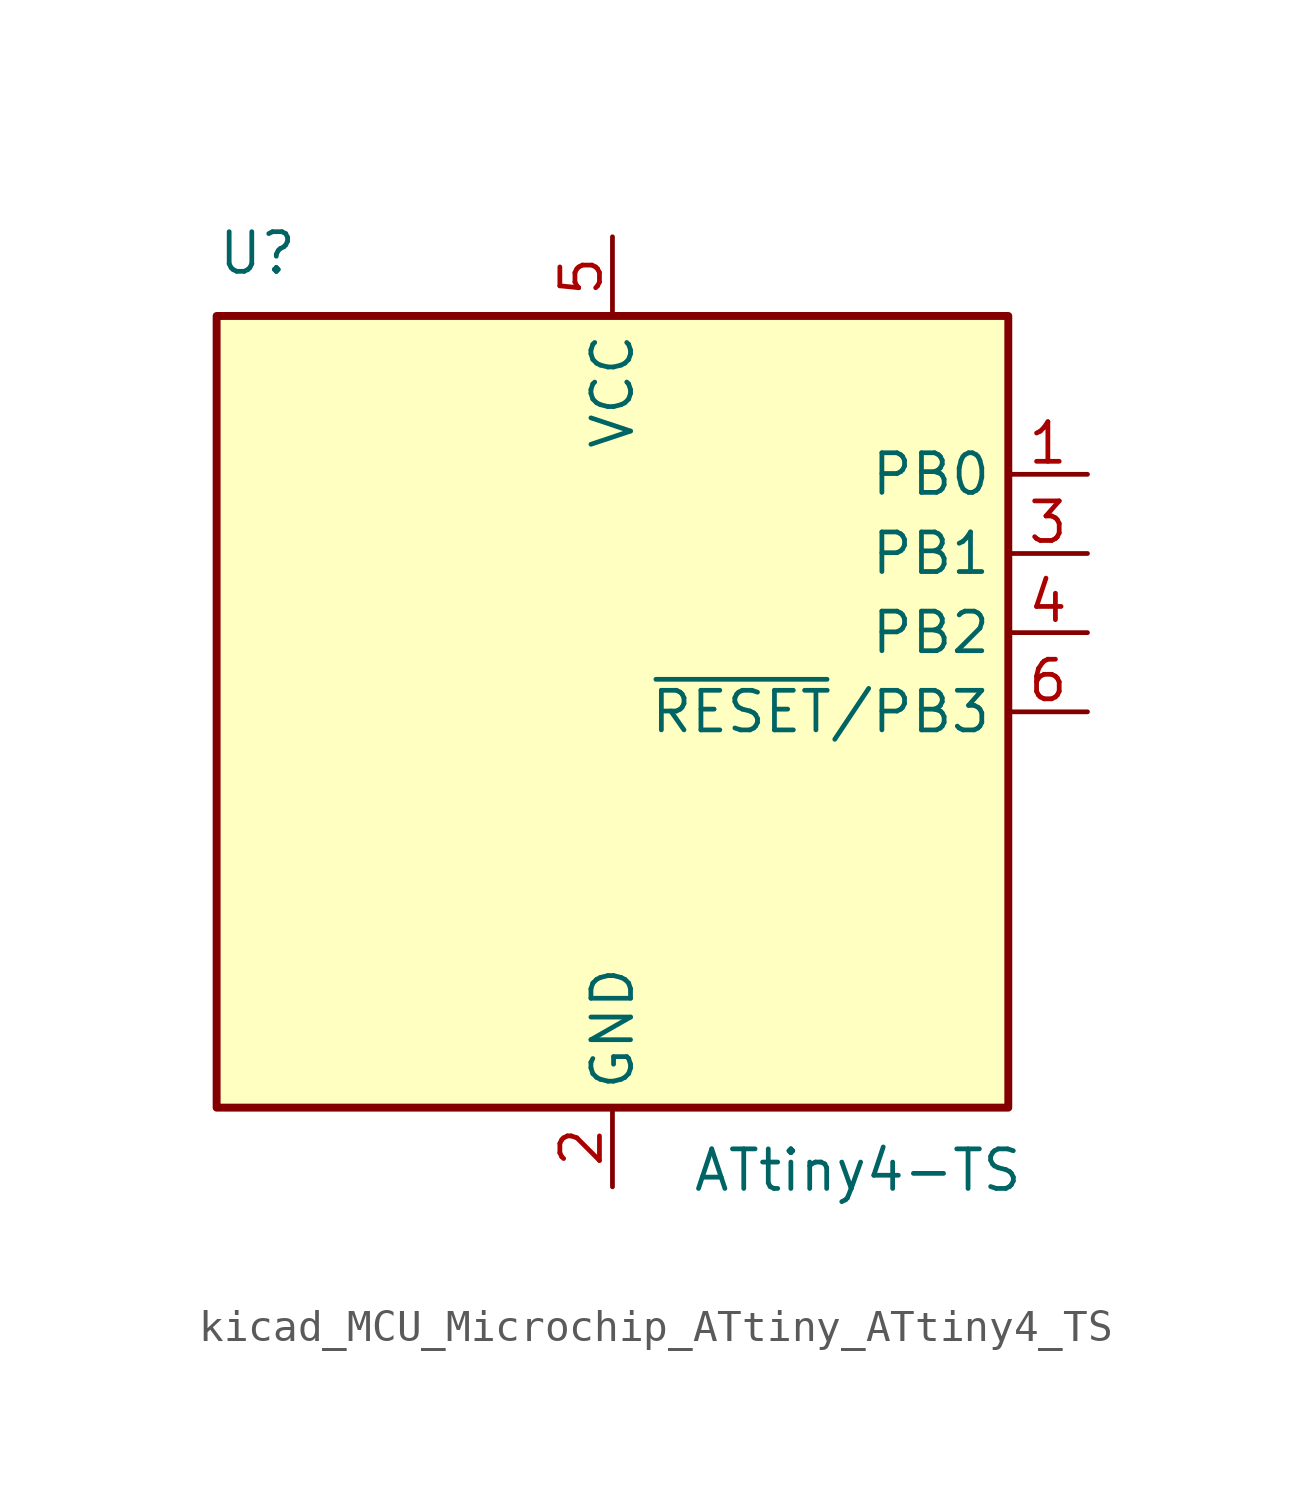
<source format=kicad_sym>
(kicad_symbol_lib
  (version 20220914)
  (generator kicad_symbol_editor)
  (symbol "kicad_MCU_Microchip_ATtiny_ATtiny4_TS"
    (property "Reference" "U"
      (at -12.7 13.97 0)
      (effects (font (size 1.27 1.27)) (justify left bottom)))
    (property "Value" "ATtiny4-TS"
      (at 2.54 -13.97 0)
      (effects (font (size 1.27 1.27)) (justify left top)))
    (symbol "kicad_MCU_Microchip_ATtiny_ATtiny4_TS_0_1"
      (rectangle (start -12.7 -12.7) (end 12.7 12.7) (stroke (width 0.254) (type default)) (fill (type background))))
    (symbol "kicad_MCU_Microchip_ATtiny_ATtiny4_TS_1_1"
      (pin bidirectional line (at 15.24 7.62 180) (length 2.54) (name "PB0" (effects (font (size 1.27 1.27)))) (number "1" (effects (font (size 1.27 1.27)))))
      (pin power_in line (at 0 -15.24 90) (length 2.54) (name "GND" (effects (font (size 1.27 1.27)))) (number "2" (effects (font (size 1.27 1.27)))))
      (pin bidirectional line (at 15.24 5.08 180) (length 2.54) (name "PB1" (effects (font (size 1.27 1.27)))) (number "3" (effects (font (size 1.27 1.27)))))
      (pin bidirectional line (at 15.24 2.54 180) (length 2.54) (name "PB2" (effects (font (size 1.27 1.27)))) (number "4" (effects (font (size 1.27 1.27)))))
      (pin power_in line (at 0 15.24 270) (length 2.54) (name "VCC" (effects (font (size 1.27 1.27)))) (number "5" (effects (font (size 1.27 1.27)))))
      (pin bidirectional line (at 15.24 0 180) (length 2.54) (name "~{RESET}/PB3" (effects (font (size 1.27 1.27)))) (number "6" (effects (font (size 1.27 1.27))))))))
</source>
